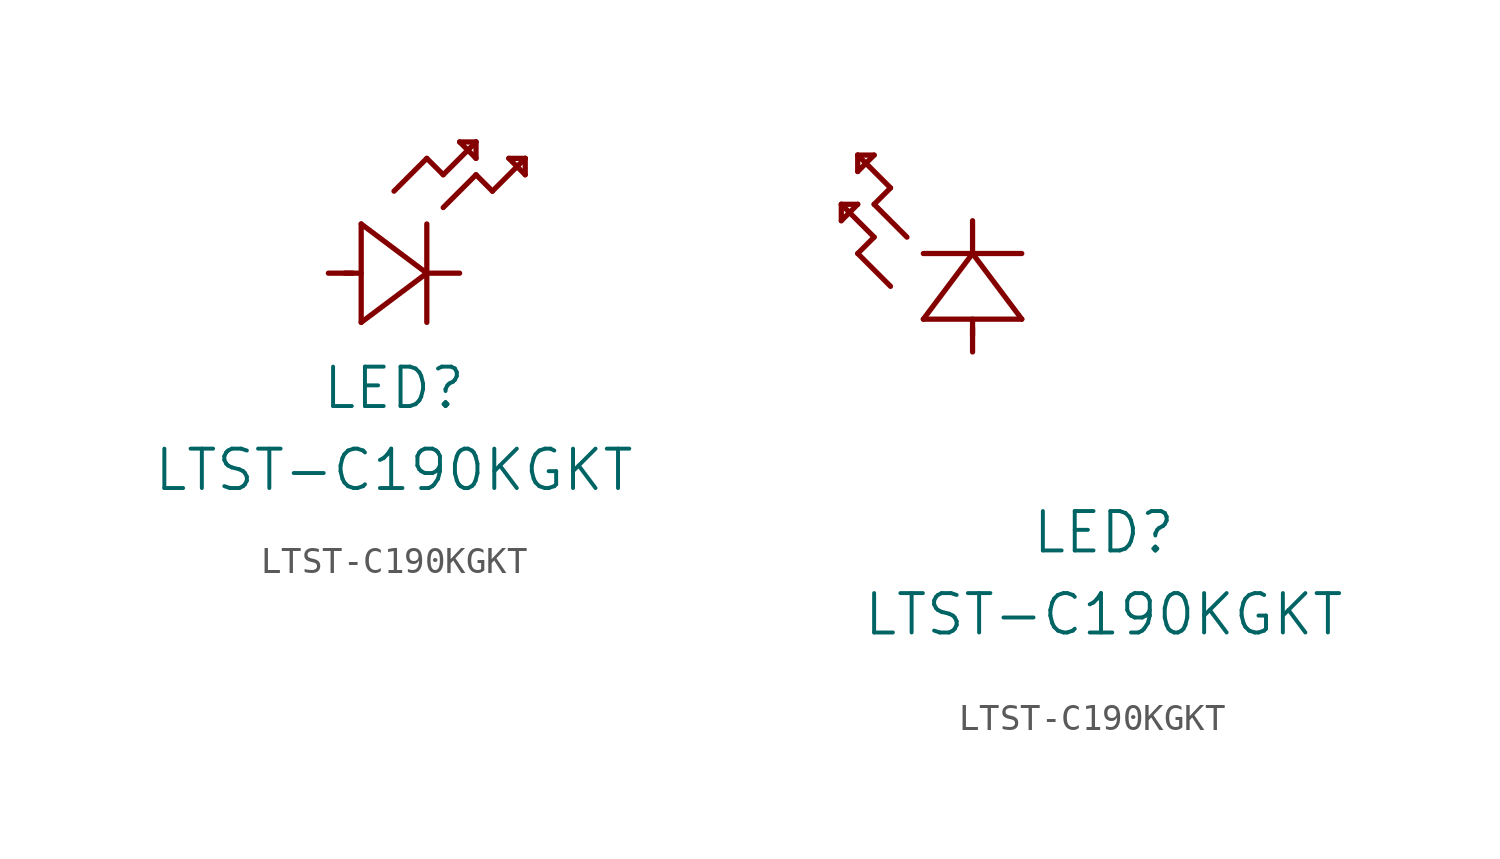
<source format=kicad_sym>
(kicad_symbol_lib
  (version 20211014)
  (generator kicad_symbol_editor)
  (symbol "LTST-C190KGKT"
    (pin_names
      (offset 0.254))
    (property "Reference" "LED"
      (at 5.08 -4.445 0)
      (effects (font (size 1.524 1.524))))
    (property "Value" "LTST-C190KGKT"
      (at 5.08 -7.62 0)
      (effects (font (size 1.524 1.524))))
    (symbol "LTST-C190KGKT_1_1"
      (polyline (pts (xy 2.54 0) (xy 3.48 0)) (stroke (width .2032) (type default) (color 0 0 0 0)) (fill (type none)))
      (polyline (pts (xy 3.81 1.905) (xy 3.81 -1.905)) (stroke (width .2032) (type default) (color 0 0 0 0)) (fill (type none)))
      (polyline (pts (xy 3.175 0) (xy 3.81 0)) (stroke (width .2032) (type default) (color 0 0 0 0)) (fill (type none)))
      (polyline (pts (xy 6.35 -1.905) (xy 6.35 1.905)) (stroke (width .2032) (type default) (color 0 0 0 0)) (fill (type none)))
      (polyline (pts (xy 6.35 0) (xy 7.62 0)) (stroke (width .2032) (type default) (color 0 0 0 0)) (fill (type none)))
      (polyline (pts (xy 6.35 4.445) (xy 6.985 3.81)) (stroke (width .2032) (type default) (color 0 0 0 0)) (fill (type none)))
      (polyline (pts (xy 6.985 3.81) (xy 8.255 5.08)) (stroke (width .2032) (type default) (color 0 0 0 0)) (fill (type none)))
      (polyline (pts (xy 8.255 3.81) (xy 8.89 3.175)) (stroke (width .2032) (type default) (color 0 0 0 0)) (fill (type none)))
      (polyline (pts (xy 8.89 3.175) (xy 10.16 4.445)) (stroke (width .2032) (type default) (color 0 0 0 0)) (fill (type none)))
      (polyline (pts (xy 8.255 5.08) (xy 7.62 5.08)) (stroke (width .2032) (type default) (color 0 0 0 0)) (fill (type none)))
      (polyline (pts (xy 7.62 5.08) (xy 8.255 4.445)) (stroke (width .2032) (type default) (color 0 0 0 0)) (fill (type none)))
      (polyline (pts (xy 8.255 4.445) (xy 8.255 5.08)) (stroke (width .2032) (type default) (color 0 0 0 0)) (fill (type none)))
      (polyline (pts (xy 10.16 4.445) (xy 9.525 4.445)) (stroke (width .2032) (type default) (color 0 0 0 0)) (fill (type none)))
      (polyline (pts (xy 9.525 4.445) (xy 10.16 3.81)) (stroke (width .2032) (type default) (color 0 0 0 0)) (fill (type none)))
      (polyline (pts (xy 10.16 3.81) (xy 10.16 4.445)) (stroke (width .2032) (type default) (color 0 0 0 0)) (fill (type none)))
      (polyline (pts (xy 6.985 2.54) (xy 8.255 3.81)) (stroke (width .2032) (type default) (color 0 0 0 0)) (fill (type none)))
      (polyline (pts (xy 6.35 0) (xy 3.81 1.905)) (stroke (width .2032) (type default) (color 0 0 0 0)) (fill (type none)))
      (polyline (pts (xy 3.81 -1.905) (xy 6.35 0)) (stroke (width .2032) (type default) (color 0 0 0 0)) (fill (type none)))
      (polyline (pts (xy 5.08 3.175) (xy 6.35 4.445)) (stroke (width .2032) (type default) (color 0 0 0 0)) (fill (type none))))
    (symbol "LTST-C190KGKT_1_2"
      (polyline (pts (xy 0 2.54) (xy 0 3.48)) (stroke (width .2032) (type default) (color 0 0 0 0)) (fill (type none)))
      (polyline (pts (xy -1.905 3.81) (xy 1.905 3.81)) (stroke (width .2032) (type default) (color 0 0 0 0)) (fill (type none)))
      (polyline (pts (xy 0 3.175) (xy 0 3.81)) (stroke (width .2032) (type default) (color 0 0 0 0)) (fill (type none)))
      (polyline (pts (xy 1.905 6.35) (xy -1.905 6.35)) (stroke (width .2032) (type default) (color 0 0 0 0)) (fill (type none)))
      (polyline (pts (xy 0 6.35) (xy 0 7.62)) (stroke (width .2032) (type default) (color 0 0 0 0)) (fill (type none)))
      (polyline (pts (xy 0 6.35) (xy -1.905 3.81)) (stroke (width .2032) (type default) (color 0 0 0 0)) (fill (type none)))
      (polyline (pts (xy 1.905 3.81) (xy 0 6.35)) (stroke (width .2032) (type default) (color 0 0 0 0)) (fill (type none)))
      (polyline (pts (xy -4.445 6.35) (xy -3.81 6.985)) (stroke (width .2032) (type default) (color 0 0 0 0)) (fill (type none)))
      (polyline (pts (xy -2.54 6.985) (xy -3.81 8.255)) (stroke (width .2032) (type default) (color 0 0 0 0)) (fill (type none)))
      (polyline (pts (xy -3.175 5.08) (xy -4.445 6.35)) (stroke (width .2032) (type default) (color 0 0 0 0)) (fill (type none)))
      (polyline (pts (xy -4.445 10.16) (xy -4.445 9.525)) (stroke (width .2032) (type default) (color 0 0 0 0)) (fill (type none)))
      (polyline (pts (xy -4.445 9.525) (xy -3.81 10.16)) (stroke (width .2032) (type default) (color 0 0 0 0)) (fill (type none)))
      (polyline (pts (xy -3.81 10.16) (xy -4.445 10.16)) (stroke (width .2032) (type default) (color 0 0 0 0)) (fill (type none)))
      (polyline (pts (xy -3.81 8.255) (xy -3.175 8.89)) (stroke (width .2032) (type default) (color 0 0 0 0)) (fill (type none)))
      (polyline (pts (xy -3.175 8.89) (xy -4.445 10.16)) (stroke (width .2032) (type default) (color 0 0 0 0)) (fill (type none)))
      (polyline (pts (xy -3.81 6.985) (xy -5.08 8.255)) (stroke (width .2032) (type default) (color 0 0 0 0)) (fill (type none)))
      (polyline (pts (xy -5.08 8.255) (xy -5.08 7.62)) (stroke (width .2032) (type default) (color 0 0 0 0)) (fill (type none)))
      (polyline (pts (xy -5.08 7.62) (xy -4.445 8.255)) (stroke (width .2032) (type default) (color 0 0 0 0)) (fill (type none)))
      (polyline (pts (xy -4.445 8.255) (xy -5.08 8.255)) (stroke (width .2032) (type default) (color 0 0 0 0)) (fill (type none))))))
</source>
